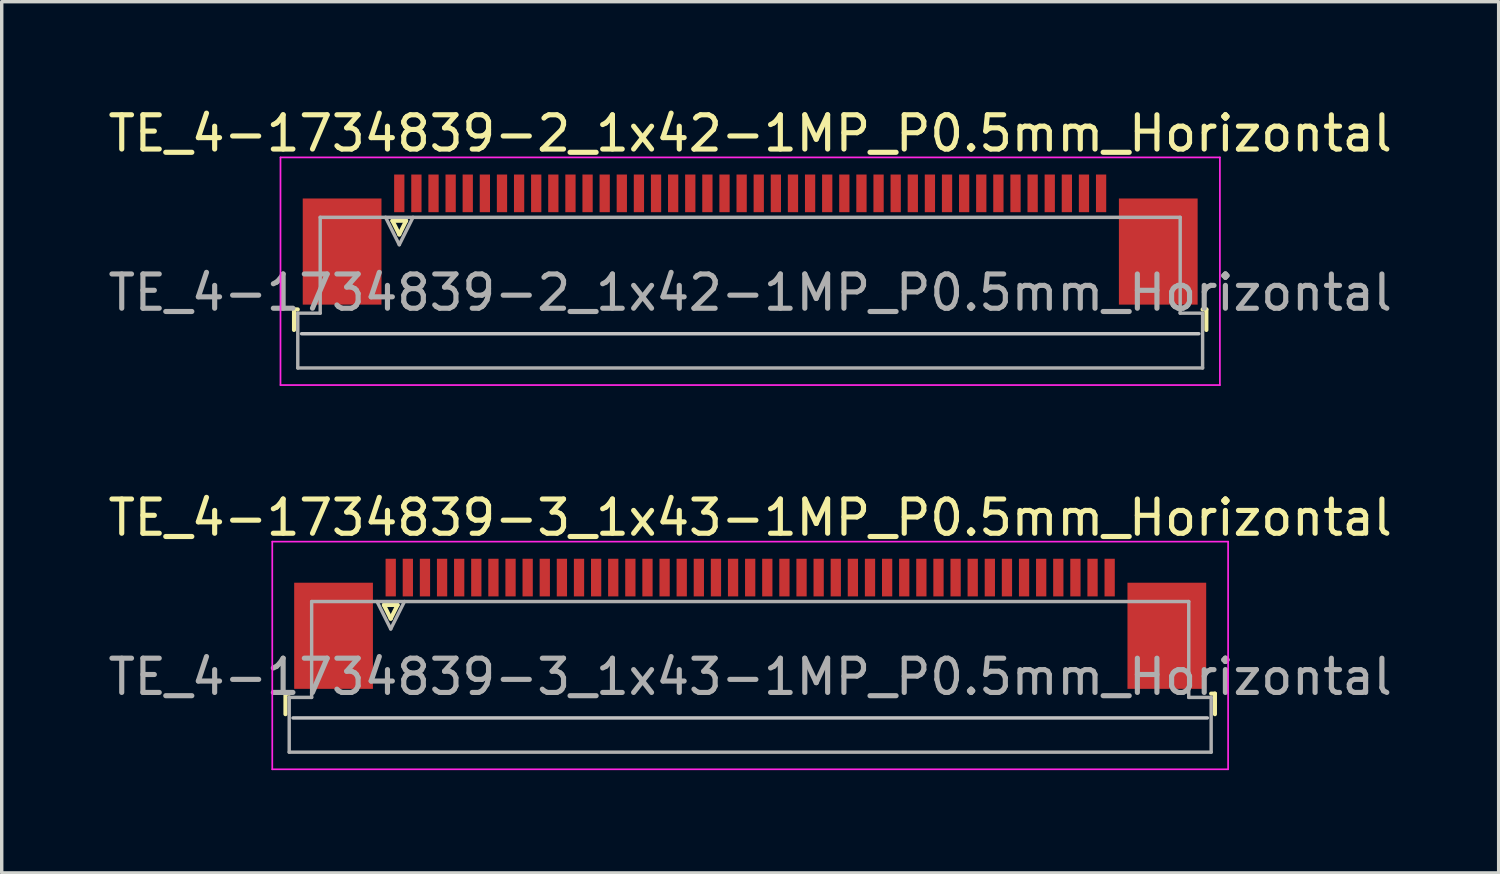
<source format=kicad_pcb>
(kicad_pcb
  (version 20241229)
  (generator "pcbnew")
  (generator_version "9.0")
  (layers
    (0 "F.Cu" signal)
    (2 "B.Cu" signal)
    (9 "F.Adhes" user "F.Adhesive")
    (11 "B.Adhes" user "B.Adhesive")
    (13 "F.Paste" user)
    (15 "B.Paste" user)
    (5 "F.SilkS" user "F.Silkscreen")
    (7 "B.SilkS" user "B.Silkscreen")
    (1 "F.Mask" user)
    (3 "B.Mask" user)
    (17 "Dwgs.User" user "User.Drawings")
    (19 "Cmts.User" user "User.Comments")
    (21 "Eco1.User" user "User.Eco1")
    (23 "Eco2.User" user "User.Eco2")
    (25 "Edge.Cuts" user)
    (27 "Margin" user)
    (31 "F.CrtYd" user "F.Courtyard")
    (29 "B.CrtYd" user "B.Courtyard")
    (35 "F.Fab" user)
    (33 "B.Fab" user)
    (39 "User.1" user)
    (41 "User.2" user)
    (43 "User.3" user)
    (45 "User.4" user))
  (footprint "TE_4-1734839-2_1x42-1MP_P0.5mm_Horizontal"
    (layer "F.Cu")
    (at 18.863 3.948)
    (property "Reference" "TE_4-1734839-2_1x42-1MP_P0.5mm_Horizontal" (at 0 -3.1 0) (layer "F.SilkS") (effects (font (size 1 1) (thickness 0.15))))
    (attr smd)
    (fp_line (start -13.325 2.04) (end -13.325 2.64) (stroke (width 0.12) (type solid)) (layer "F.SilkS"))
    (fp_line (start -13.215 2.04) (end -13.325 2.04) (stroke (width 0.12) (type solid)) (layer "F.SilkS"))
    (fp_line (start -10.45 -0.55) (end -10.25 -0.15) (stroke (width 0.12) (type solid)) (layer "F.SilkS"))
    (fp_line (start -10.25 -0.15) (end -10.05 -0.55) (stroke (width 0.12) (type solid)) (layer "F.SilkS"))
    (fp_line (start -10.05 -0.55) (end -10.45 -0.55) (stroke (width 0.12) (type solid)) (layer "F.SilkS"))
    (fp_line (start 13.215 2.04) (end 13.325 2.04) (stroke (width 0.12) (type solid)) (layer "F.SilkS"))
    (fp_line (start 13.325 2.04) (end 13.325 2.64) (stroke (width 0.12) (type solid)) (layer "F.SilkS"))
    (fp_line (start 13.105 2.75) (end -13.105 2.75) (stroke (width 0.1) (type solid)) (layer "Dwgs.User"))
    (fp_line (start -13.72 -2.4) (end -13.72 4.25) (stroke (width 0.05) (type solid)) (layer "F.CrtYd"))
    (fp_line (start -13.72 4.25) (end 13.72 4.25) (stroke (width 0.05) (type solid)) (layer "F.CrtYd"))
    (fp_line (start 13.72 -2.4) (end -13.72 -2.4) (stroke (width 0.05) (type solid)) (layer "F.CrtYd"))
    (fp_line (start 13.72 4.25) (end 13.72 -2.4) (stroke (width 0.05) (type solid)) (layer "F.CrtYd"))
    (fp_line (start -13.215 2.15) (end -12.56 2.15) (stroke (width 0.1) (type solid)) (layer "F.Fab"))
    (fp_line (start -13.215 3.75) (end -13.215 2.15) (stroke (width 0.1) (type solid)) (layer "F.Fab"))
    (fp_line (start -12.56 -0.65) (end 12.56 -0.65) (stroke (width 0.1) (type solid)) (layer "F.Fab"))
    (fp_line (start -12.56 2.15) (end -12.56 -0.65) (stroke (width 0.1) (type solid)) (layer "F.Fab"))
    (fp_line (start -10.65 -0.65) (end -10.25 0.15) (stroke (width 0.1) (type solid)) (layer "F.Fab"))
    (fp_line (start -10.25 0.15) (end -9.85 -0.65) (stroke (width 0.1) (type solid)) (layer "F.Fab"))
    (fp_line (start 12.56 -0.65) (end 12.56 2.15) (stroke (width 0.1) (type solid)) (layer "F.Fab"))
    (fp_line (start 12.56 2.15) (end 13.215 2.15) (stroke (width 0.1) (type solid)) (layer "F.Fab"))
    (fp_line (start 13.215 2.15) (end 13.215 3.75) (stroke (width 0.1) (type solid)) (layer "F.Fab"))
    (fp_line (start 13.215 3.75) (end -13.215 3.75) (stroke (width 0.1) (type solid)) (layer "F.Fab"))
    (fp_text user "${REFERENCE}" (at 0 1.55 0) (layer "F.Fab") (effects (font (size 1 1) (thickness 0.15))))
    (pad "1" smd rect (at -10.25 -1.35) (size 0.3 1.1) (layers "F.Cu" "F.Mask" "F.Paste"))
    (pad "2" smd rect (at -9.75 -1.35) (size 0.3 1.1) (layers "F.Cu" "F.Mask" "F.Paste"))
    (pad "3" smd rect (at -9.25 -1.35) (size 0.3 1.1) (layers "F.Cu" "F.Mask" "F.Paste"))
    (pad "4" smd rect (at -8.75 -1.35) (size 0.3 1.1) (layers "F.Cu" "F.Mask" "F.Paste"))
    (pad "5" smd rect (at -8.25 -1.35) (size 0.3 1.1) (layers "F.Cu" "F.Mask" "F.Paste"))
    (pad "6" smd rect (at -7.75 -1.35) (size 0.3 1.1) (layers "F.Cu" "F.Mask" "F.Paste"))
    (pad "7" smd rect (at -7.25 -1.35) (size 0.3 1.1) (layers "F.Cu" "F.Mask" "F.Paste"))
    (pad "8" smd rect (at -6.75 -1.35) (size 0.3 1.1) (layers "F.Cu" "F.Mask" "F.Paste"))
    (pad "9" smd rect (at -6.25 -1.35) (size 0.3 1.1) (layers "F.Cu" "F.Mask" "F.Paste"))
    (pad "10" smd rect (at -5.75 -1.35) (size 0.3 1.1) (layers "F.Cu" "F.Mask" "F.Paste"))
    (pad "11" smd rect (at -5.25 -1.35) (size 0.3 1.1) (layers "F.Cu" "F.Mask" "F.Paste"))
    (pad "12" smd rect (at -4.75 -1.35) (size 0.3 1.1) (layers "F.Cu" "F.Mask" "F.Paste"))
    (pad "13" smd rect (at -4.25 -1.35) (size 0.3 1.1) (layers "F.Cu" "F.Mask" "F.Paste"))
    (pad "14" smd rect (at -3.75 -1.35) (size 0.3 1.1) (layers "F.Cu" "F.Mask" "F.Paste"))
    (pad "15" smd rect (at -3.25 -1.35) (size 0.3 1.1) (layers "F.Cu" "F.Mask" "F.Paste"))
    (pad "16" smd rect (at -2.75 -1.35) (size 0.3 1.1) (layers "F.Cu" "F.Mask" "F.Paste"))
    (pad "17" smd rect (at -2.25 -1.35) (size 0.3 1.1) (layers "F.Cu" "F.Mask" "F.Paste"))
    (pad "18" smd rect (at -1.75 -1.35) (size 0.3 1.1) (layers "F.Cu" "F.Mask" "F.Paste"))
    (pad "19" smd rect (at -1.25 -1.35) (size 0.3 1.1) (layers "F.Cu" "F.Mask" "F.Paste"))
    (pad "20" smd rect (at -0.75 -1.35) (size 0.3 1.1) (layers "F.Cu" "F.Mask" "F.Paste"))
    (pad "21" smd rect (at -0.25 -1.35) (size 0.3 1.1) (layers "F.Cu" "F.Mask" "F.Paste"))
    (pad "22" smd rect (at 0.25 -1.35) (size 0.3 1.1) (layers "F.Cu" "F.Mask" "F.Paste"))
    (pad "23" smd rect (at 0.75 -1.35) (size 0.3 1.1) (layers "F.Cu" "F.Mask" "F.Paste"))
    (pad "24" smd rect (at 1.25 -1.35) (size 0.3 1.1) (layers "F.Cu" "F.Mask" "F.Paste"))
    (pad "25" smd rect (at 1.75 -1.35) (size 0.3 1.1) (layers "F.Cu" "F.Mask" "F.Paste"))
    (pad "26" smd rect (at 2.25 -1.35) (size 0.3 1.1) (layers "F.Cu" "F.Mask" "F.Paste"))
    (pad "27" smd rect (at 2.75 -1.35) (size 0.3 1.1) (layers "F.Cu" "F.Mask" "F.Paste"))
    (pad "28" smd rect (at 3.25 -1.35) (size 0.3 1.1) (layers "F.Cu" "F.Mask" "F.Paste"))
    (pad "29" smd rect (at 3.75 -1.35) (size 0.3 1.1) (layers "F.Cu" "F.Mask" "F.Paste"))
    (pad "30" smd rect (at 4.25 -1.35) (size 0.3 1.1) (layers "F.Cu" "F.Mask" "F.Paste"))
    (pad "31" smd rect (at 4.75 -1.35) (size 0.3 1.1) (layers "F.Cu" "F.Mask" "F.Paste"))
    (pad "32" smd rect (at 5.25 -1.35) (size 0.3 1.1) (layers "F.Cu" "F.Mask" "F.Paste"))
    (pad "33" smd rect (at 5.75 -1.35) (size 0.3 1.1) (layers "F.Cu" "F.Mask" "F.Paste"))
    (pad "34" smd rect (at 6.25 -1.35) (size 0.3 1.1) (layers "F.Cu" "F.Mask" "F.Paste"))
    (pad "35" smd rect (at 6.75 -1.35) (size 0.3 1.1) (layers "F.Cu" "F.Mask" "F.Paste"))
    (pad "36" smd rect (at 7.25 -1.35) (size 0.3 1.1) (layers "F.Cu" "F.Mask" "F.Paste"))
    (pad "37" smd rect (at 7.75 -1.35) (size 0.3 1.1) (layers "F.Cu" "F.Mask" "F.Paste"))
    (pad "38" smd rect (at 8.25 -1.35) (size 0.3 1.1) (layers "F.Cu" "F.Mask" "F.Paste"))
    (pad "39" smd rect (at 8.75 -1.35) (size 0.3 1.1) (layers "F.Cu" "F.Mask" "F.Paste"))
    (pad "40" smd rect (at 9.25 -1.35) (size 0.3 1.1) (layers "F.Cu" "F.Mask" "F.Paste"))
    (pad "41" smd rect (at 9.75 -1.35) (size 0.3 1.1) (layers "F.Cu" "F.Mask" "F.Paste"))
    (pad "42" smd rect (at 10.25 -1.35) (size 0.3 1.1) (layers "F.Cu" "F.Mask" "F.Paste"))
    (pad "MP" smd rect (at -11.92 0.35) (size 2.3 3.1) (layers "F.Cu" "F.Mask" "F.Paste"))
    (pad "MP" smd rect (at 11.92 0.35) (size 2.3 3.1) (layers "F.Cu" "F.Mask" "F.Paste")))
  (footprint "TE_4-1734839-3_1x43-1MP_P0.5mm_Horizontal"
    (layer "F.Cu")
    (at 18.863 15.171)
    (property "Reference" "TE_4-1734839-3_1x43-1MP_P0.5mm_Horizontal" (at 0 -3.1 0) (layer "F.SilkS") (effects (font (size 1 1) (thickness 0.15))))
    (attr smd)
    (fp_line (start -13.575 2.04) (end -13.575 2.64) (stroke (width 0.12) (type solid)) (layer "F.SilkS"))
    (fp_line (start -13.465 2.04) (end -13.575 2.04) (stroke (width 0.12) (type solid)) (layer "F.SilkS"))
    (fp_line (start -10.7 -0.55) (end -10.5 -0.15) (stroke (width 0.12) (type solid)) (layer "F.SilkS"))
    (fp_line (start -10.5 -0.15) (end -10.3 -0.55) (stroke (width 0.12) (type solid)) (layer "F.SilkS"))
    (fp_line (start -10.3 -0.55) (end -10.7 -0.55) (stroke (width 0.12) (type solid)) (layer "F.SilkS"))
    (fp_line (start 13.465 2.04) (end 13.575 2.04) (stroke (width 0.12) (type solid)) (layer "F.SilkS"))
    (fp_line (start 13.575 2.04) (end 13.575 2.64) (stroke (width 0.12) (type solid)) (layer "F.SilkS"))
    (fp_line (start 13.355 2.75) (end -13.355 2.75) (stroke (width 0.1) (type solid)) (layer "Dwgs.User"))
    (fp_line (start -13.96 -2.4) (end -13.96 4.25) (stroke (width 0.05) (type solid)) (layer "F.CrtYd"))
    (fp_line (start -13.96 4.25) (end 13.96 4.25) (stroke (width 0.05) (type solid)) (layer "F.CrtYd"))
    (fp_line (start 13.96 -2.4) (end -13.96 -2.4) (stroke (width 0.05) (type solid)) (layer "F.CrtYd"))
    (fp_line (start 13.96 4.25) (end 13.96 -2.4) (stroke (width 0.05) (type solid)) (layer "F.CrtYd"))
    (fp_line (start -13.465 2.15) (end -12.81 2.15) (stroke (width 0.1) (type solid)) (layer "F.Fab"))
    (fp_line (start -13.465 3.75) (end -13.465 2.15) (stroke (width 0.1) (type solid)) (layer "F.Fab"))
    (fp_line (start -12.81 -0.65) (end 12.81 -0.65) (stroke (width 0.1) (type solid)) (layer "F.Fab"))
    (fp_line (start -12.81 2.15) (end -12.81 -0.65) (stroke (width 0.1) (type solid)) (layer "F.Fab"))
    (fp_line (start -10.9 -0.65) (end -10.5 0.15) (stroke (width 0.1) (type solid)) (layer "F.Fab"))
    (fp_line (start -10.5 0.15) (end -10.1 -0.65) (stroke (width 0.1) (type solid)) (layer "F.Fab"))
    (fp_line (start 12.81 -0.65) (end 12.81 2.15) (stroke (width 0.1) (type solid)) (layer "F.Fab"))
    (fp_line (start 12.81 2.15) (end 13.465 2.15) (stroke (width 0.1) (type solid)) (layer "F.Fab"))
    (fp_line (start 13.465 2.15) (end 13.465 3.75) (stroke (width 0.1) (type solid)) (layer "F.Fab"))
    (fp_line (start 13.465 3.75) (end -13.465 3.75) (stroke (width 0.1) (type solid)) (layer "F.Fab"))
    (fp_text user "${REFERENCE}" (at 0 1.55 0) (layer "F.Fab") (effects (font (size 1 1) (thickness 0.15))))
    (pad "1" smd rect (at -10.5 -1.35) (size 0.3 1.1) (layers "F.Cu" "F.Mask" "F.Paste"))
    (pad "2" smd rect (at -10 -1.35) (size 0.3 1.1) (layers "F.Cu" "F.Mask" "F.Paste"))
    (pad "3" smd rect (at -9.5 -1.35) (size 0.3 1.1) (layers "F.Cu" "F.Mask" "F.Paste"))
    (pad "4" smd rect (at -9 -1.35) (size 0.3 1.1) (layers "F.Cu" "F.Mask" "F.Paste"))
    (pad "5" smd rect (at -8.5 -1.35) (size 0.3 1.1) (layers "F.Cu" "F.Mask" "F.Paste"))
    (pad "6" smd rect (at -8 -1.35) (size 0.3 1.1) (layers "F.Cu" "F.Mask" "F.Paste"))
    (pad "7" smd rect (at -7.5 -1.35) (size 0.3 1.1) (layers "F.Cu" "F.Mask" "F.Paste"))
    (pad "8" smd rect (at -7 -1.35) (size 0.3 1.1) (layers "F.Cu" "F.Mask" "F.Paste"))
    (pad "9" smd rect (at -6.5 -1.35) (size 0.3 1.1) (layers "F.Cu" "F.Mask" "F.Paste"))
    (pad "10" smd rect (at -6 -1.35) (size 0.3 1.1) (layers "F.Cu" "F.Mask" "F.Paste"))
    (pad "11" smd rect (at -5.5 -1.35) (size 0.3 1.1) (layers "F.Cu" "F.Mask" "F.Paste"))
    (pad "12" smd rect (at -5 -1.35) (size 0.3 1.1) (layers "F.Cu" "F.Mask" "F.Paste"))
    (pad "13" smd rect (at -4.5 -1.35) (size 0.3 1.1) (layers "F.Cu" "F.Mask" "F.Paste"))
    (pad "14" smd rect (at -4 -1.35) (size 0.3 1.1) (layers "F.Cu" "F.Mask" "F.Paste"))
    (pad "15" smd rect (at -3.5 -1.35) (size 0.3 1.1) (layers "F.Cu" "F.Mask" "F.Paste"))
    (pad "16" smd rect (at -3 -1.35) (size 0.3 1.1) (layers "F.Cu" "F.Mask" "F.Paste"))
    (pad "17" smd rect (at -2.5 -1.35) (size 0.3 1.1) (layers "F.Cu" "F.Mask" "F.Paste"))
    (pad "18" smd rect (at -2 -1.35) (size 0.3 1.1) (layers "F.Cu" "F.Mask" "F.Paste"))
    (pad "19" smd rect (at -1.5 -1.35) (size 0.3 1.1) (layers "F.Cu" "F.Mask" "F.Paste"))
    (pad "20" smd rect (at -1 -1.35) (size 0.3 1.1) (layers "F.Cu" "F.Mask" "F.Paste"))
    (pad "21" smd rect (at -0.5 -1.35) (size 0.3 1.1) (layers "F.Cu" "F.Mask" "F.Paste"))
    (pad "22" smd rect (at 0 -1.35) (size 0.3 1.1) (layers "F.Cu" "F.Mask" "F.Paste"))
    (pad "23" smd rect (at 0.5 -1.35) (size 0.3 1.1) (layers "F.Cu" "F.Mask" "F.Paste"))
    (pad "24" smd rect (at 1 -1.35) (size 0.3 1.1) (layers "F.Cu" "F.Mask" "F.Paste"))
    (pad "25" smd rect (at 1.5 -1.35) (size 0.3 1.1) (layers "F.Cu" "F.Mask" "F.Paste"))
    (pad "26" smd rect (at 2 -1.35) (size 0.3 1.1) (layers "F.Cu" "F.Mask" "F.Paste"))
    (pad "27" smd rect (at 2.5 -1.35) (size 0.3 1.1) (layers "F.Cu" "F.Mask" "F.Paste"))
    (pad "28" smd rect (at 3 -1.35) (size 0.3 1.1) (layers "F.Cu" "F.Mask" "F.Paste"))
    (pad "29" smd rect (at 3.5 -1.35) (size 0.3 1.1) (layers "F.Cu" "F.Mask" "F.Paste"))
    (pad "30" smd rect (at 4 -1.35) (size 0.3 1.1) (layers "F.Cu" "F.Mask" "F.Paste"))
    (pad "31" smd rect (at 4.5 -1.35) (size 0.3 1.1) (layers "F.Cu" "F.Mask" "F.Paste"))
    (pad "32" smd rect (at 5 -1.35) (size 0.3 1.1) (layers "F.Cu" "F.Mask" "F.Paste"))
    (pad "33" smd rect (at 5.5 -1.35) (size 0.3 1.1) (layers "F.Cu" "F.Mask" "F.Paste"))
    (pad "34" smd rect (at 6 -1.35) (size 0.3 1.1) (layers "F.Cu" "F.Mask" "F.Paste"))
    (pad "35" smd rect (at 6.5 -1.35) (size 0.3 1.1) (layers "F.Cu" "F.Mask" "F.Paste"))
    (pad "36" smd rect (at 7 -1.35) (size 0.3 1.1) (layers "F.Cu" "F.Mask" "F.Paste"))
    (pad "37" smd rect (at 7.5 -1.35) (size 0.3 1.1) (layers "F.Cu" "F.Mask" "F.Paste"))
    (pad "38" smd rect (at 8 -1.35) (size 0.3 1.1) (layers "F.Cu" "F.Mask" "F.Paste"))
    (pad "39" smd rect (at 8.5 -1.35) (size 0.3 1.1) (layers "F.Cu" "F.Mask" "F.Paste"))
    (pad "40" smd rect (at 9 -1.35) (size 0.3 1.1) (layers "F.Cu" "F.Mask" "F.Paste"))
    (pad "41" smd rect (at 9.5 -1.35) (size 0.3 1.1) (layers "F.Cu" "F.Mask" "F.Paste"))
    (pad "42" smd rect (at 10 -1.35) (size 0.3 1.1) (layers "F.Cu" "F.Mask" "F.Paste"))
    (pad "43" smd rect (at 10.5 -1.35) (size 0.3 1.1) (layers "F.Cu" "F.Mask" "F.Paste"))
    (pad "MP" smd rect (at -12.17 0.35) (size 2.3 3.1) (layers "F.Cu" "F.Mask" "F.Paste"))
    (pad "MP" smd rect (at 12.17 0.35) (size 2.3 3.1) (layers "F.Cu" "F.Mask" "F.Paste")))
  (gr_rect
    (start -3 -3)
    (end 40.726 22.447)
    (stroke (width 0.1) (type default))
    (fill no)
    (layer "Edge.Cuts")))
</source>
